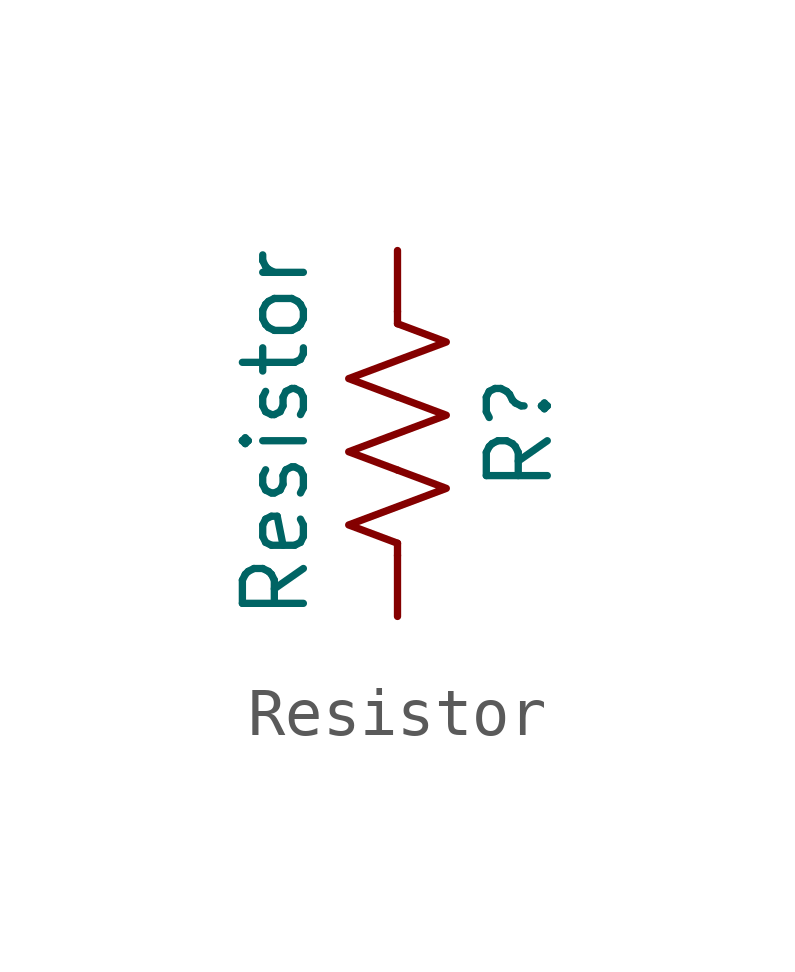
<source format=kicad_sym>
(kicad_symbol_lib
  (version 20241209)
  (generator "kicad_symbol_editor")
  (generator_version "9.0")
  (symbol "Resistor"
    (pin_numbers
      (hide yes))
    (pin_names
      (offset 0))
    (property "Reference" "R"
      (at 2.54 0 90)
      (effects (font (size 1.27 1.27))))
    (property "Value" "Resistor"
      (at -2.54 0 90)
      (effects (font (size 1.27 1.27))))
    (symbol "Resistor_0_1"
      (polyline (pts (xy 0 2.286) (xy 0 2.54)) (stroke (width 0) (type default)) (fill (type none)))
      (polyline (pts (xy 0 2.286) (xy 1.016 1.905) (xy 0 1.524) (xy -1.016 1.143) (xy 0 0.762)) (stroke (width 0) (type default)) (fill (type none)))
      (polyline (pts (xy 0 0.762) (xy 1.016 0.381) (xy 0 0) (xy -1.016 -0.381) (xy 0 -0.762)) (stroke (width 0) (type default)) (fill (type none)))
      (polyline (pts (xy 0 -0.762) (xy 1.016 -1.143) (xy 0 -1.524) (xy -1.016 -1.905) (xy 0 -2.286)) (stroke (width 0) (type default)) (fill (type none)))
      (polyline (pts (xy 0 -2.286) (xy 0 -2.54)) (stroke (width 0) (type default)) (fill (type none))))
    (symbol "Resistor_1_1"
      (pin passive line (at 0 3.81 270) (length 1.27) (name "~" (effects (font (size 1.27 1.27)))) (number "1" (effects (font (size 1.27 1.27)))))
      (pin passive line (at 0 -3.81 90) (length 1.27) (name "~" (effects (font (size 1.27 1.27)))) (number "2" (effects (font (size 1.27 1.27))))))))
</source>
